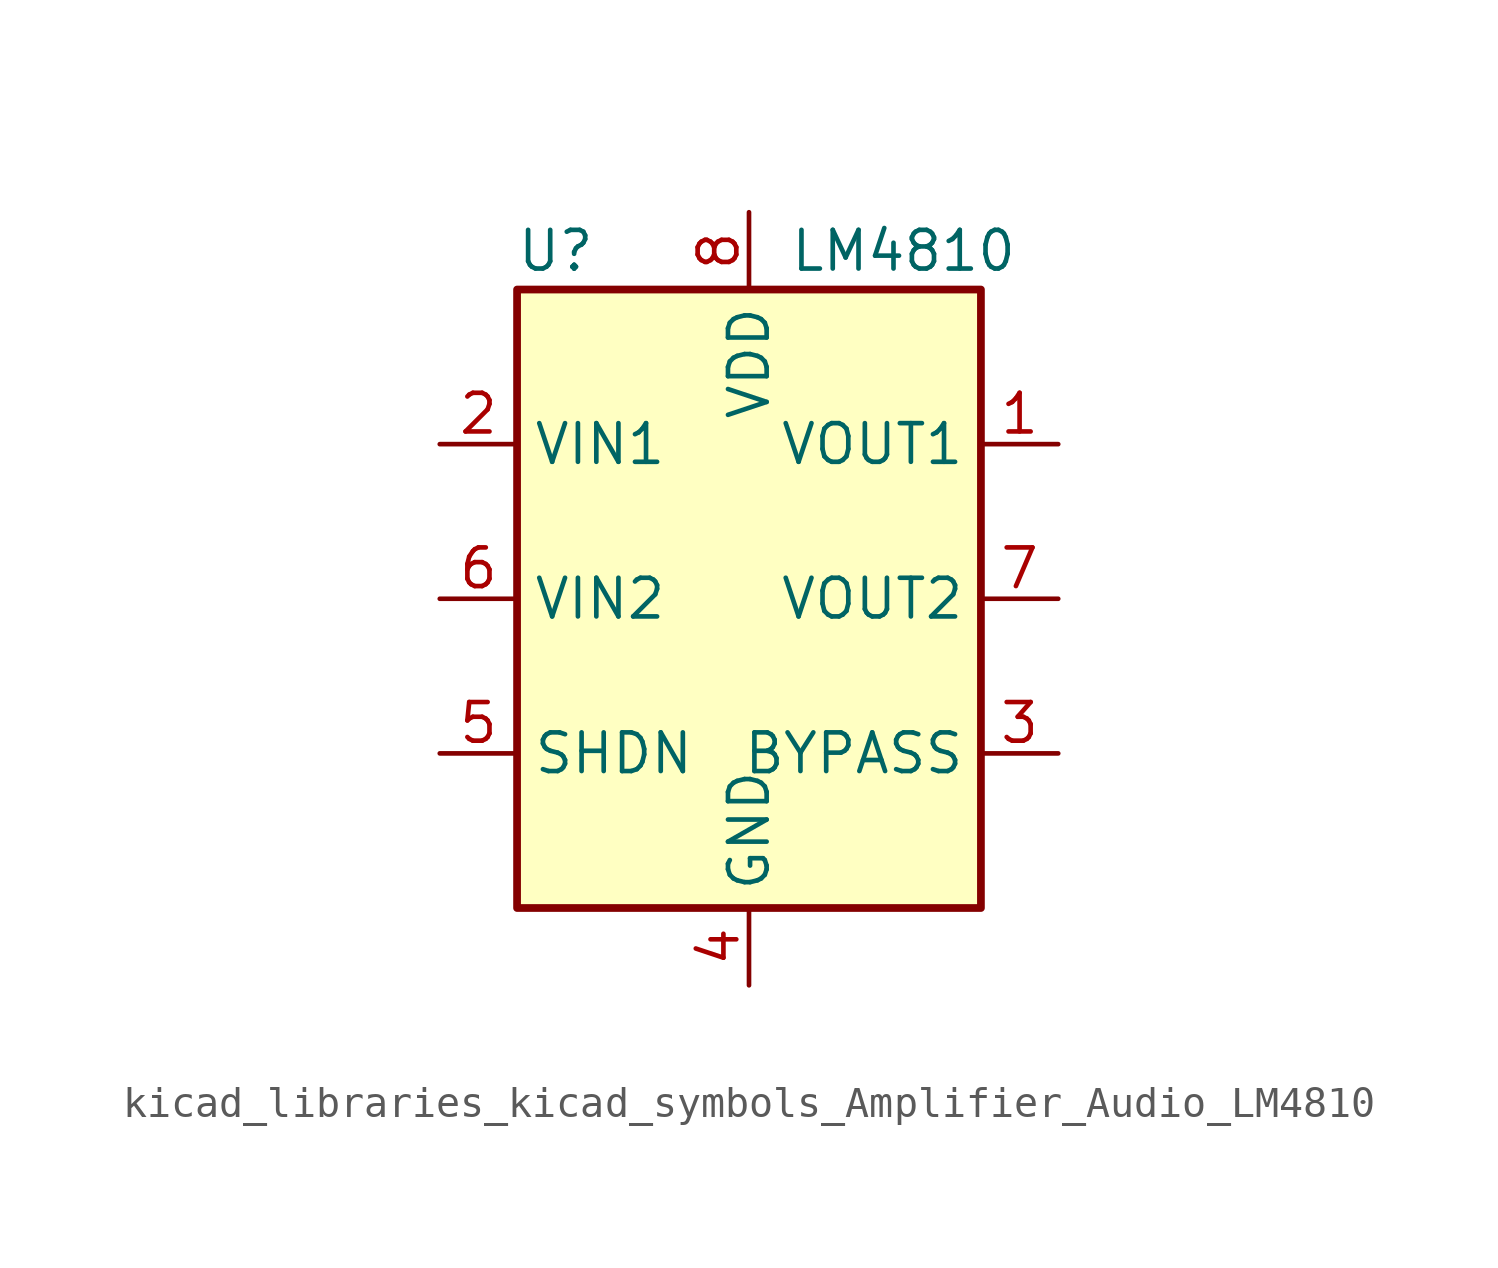
<source format=kicad_sym>
(kicad_symbol_lib
  (version 20220914)
  (generator kicad_symbol_editor)
  (symbol "kicad_libraries_kicad_symbols_Amplifier_Audio_LM4810"
    (property "Reference" "U"
      (at -6.35 11.43 0)
      (effects (font (size 1.27 1.27))))
    (property "Value" "LM4810"
      (at 5.08 11.43 0)
      (effects (font (size 1.27 1.27))))
    (symbol "kicad_libraries_kicad_symbols_Amplifier_Audio_LM4810_0_1"
      (rectangle (start -7.62 10.16) (end 7.62 -10.16) (stroke (width 0.254) (type default)) (fill (type background))))
    (symbol "kicad_libraries_kicad_symbols_Amplifier_Audio_LM4810_1_1"
      (pin output line (at 10.16 5.08 180) (length 2.54) (name "VOUT1" (effects (font (size 1.27 1.27)))) (number "1" (effects (font (size 1.27 1.27)))))
      (pin input line (at -10.16 5.08 0) (length 2.54) (name "VIN1" (effects (font (size 1.27 1.27)))) (number "2" (effects (font (size 1.27 1.27)))))
      (pin passive line (at 10.16 -5.08 180) (length 2.54) (name "BYPASS" (effects (font (size 1.27 1.27)))) (number "3" (effects (font (size 1.27 1.27)))))
      (pin power_in line (at 0 -12.7 90) (length 2.54) (name "GND" (effects (font (size 1.27 1.27)))) (number "4" (effects (font (size 1.27 1.27)))))
      (pin input line (at -10.16 -5.08 0) (length 2.54) (name "SHDN" (effects (font (size 1.27 1.27)))) (number "5" (effects (font (size 1.27 1.27)))))
      (pin input line (at -10.16 0 0) (length 2.54) (name "VIN2" (effects (font (size 1.27 1.27)))) (number "6" (effects (font (size 1.27 1.27)))))
      (pin output line (at 10.16 0 180) (length 2.54) (name "VOUT2" (effects (font (size 1.27 1.27)))) (number "7" (effects (font (size 1.27 1.27)))))
      (pin power_in line (at 0 12.7 270) (length 2.54) (name "VDD" (effects (font (size 1.27 1.27)))) (number "8" (effects (font (size 1.27 1.27))))))))
</source>
